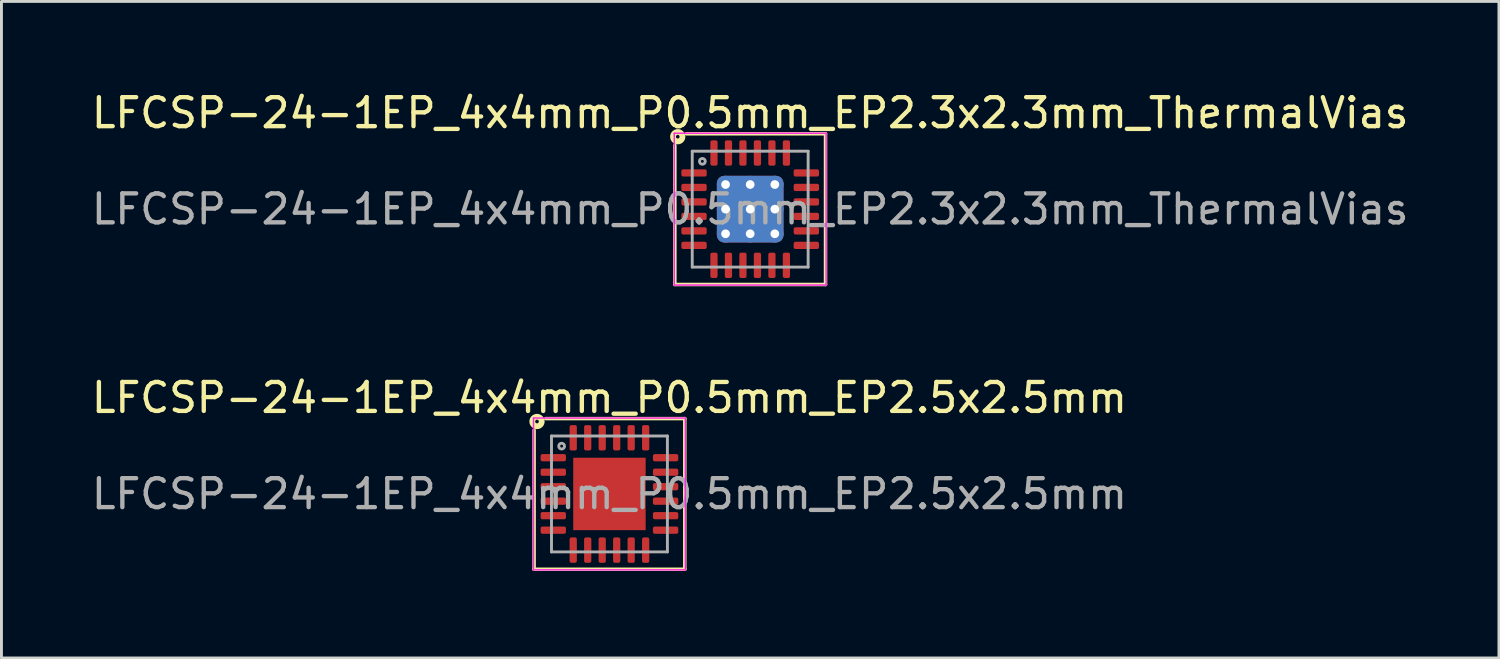
<source format=kicad_pcb>
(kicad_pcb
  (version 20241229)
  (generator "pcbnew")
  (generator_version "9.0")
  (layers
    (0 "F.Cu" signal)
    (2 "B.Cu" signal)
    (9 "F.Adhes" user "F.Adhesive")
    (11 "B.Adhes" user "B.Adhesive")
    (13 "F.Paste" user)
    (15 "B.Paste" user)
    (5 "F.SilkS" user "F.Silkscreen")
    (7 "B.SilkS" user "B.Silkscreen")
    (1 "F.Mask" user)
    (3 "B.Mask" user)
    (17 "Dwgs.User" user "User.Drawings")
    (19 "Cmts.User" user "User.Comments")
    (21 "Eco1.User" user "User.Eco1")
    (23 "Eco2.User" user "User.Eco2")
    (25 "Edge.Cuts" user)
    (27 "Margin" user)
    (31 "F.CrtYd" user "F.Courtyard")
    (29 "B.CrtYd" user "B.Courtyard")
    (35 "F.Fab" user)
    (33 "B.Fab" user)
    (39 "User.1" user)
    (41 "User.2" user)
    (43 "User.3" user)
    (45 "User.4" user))
  (footprint "LFCSP-24-1EP_4x4mm_P0.5mm_EP2.3x2.3mm_ThermalVias"
    (layer "F.Cu")
    (at 22.839 4.168)
    (property "Reference" "LFCSP-24-1EP_4x4mm_P0.5mm_EP2.3x2.3mm_ThermalVias" (at 0 -3.32 0) (layer "F.SilkS") (effects (font (size 1 1) (thickness 0.15))))
    (attr smd)
    (fp_line (start -2.6 2.6) (end -2.6 -2.2) (stroke (width 0.12) (type solid)) (layer "F.SilkS"))
    (fp_line (start 2.6 -2.6) (end -2.2 -2.6) (stroke (width 0.12) (type solid)) (layer "F.SilkS"))
    (fp_line (start 2.6 -2.6) (end 2.6 2.6) (stroke (width 0.12) (type solid)) (layer "F.SilkS"))
    (fp_line (start 2.6 2.6) (end -2.6 2.6) (stroke (width 0.12) (type solid)) (layer "F.SilkS"))
    (fp_circle (center -2.5 -2.5) (end -2.437 -2.5) (stroke (width 0.2) (type solid)) (fill no) (layer "F.SilkS"))
    (fp_line (start -2.62 -2.62) (end -2.62 2.62) (stroke (width 0.05) (type solid)) (layer "F.CrtYd"))
    (fp_line (start -2.62 2.62) (end 2.62 2.62) (stroke (width 0.05) (type solid)) (layer "F.CrtYd"))
    (fp_line (start 2.62 -2.62) (end -2.62 -2.62) (stroke (width 0.05) (type solid)) (layer "F.CrtYd"))
    (fp_line (start 2.62 2.62) (end 2.62 -2.62) (stroke (width 0.05) (type solid)) (layer "F.CrtYd"))
    (fp_line (start -2 -2) (end 2 -2) (stroke (width 0.1) (type solid)) (layer "F.Fab"))
    (fp_line (start -2 2) (end -2 -2) (stroke (width 0.1) (type solid)) (layer "F.Fab"))
    (fp_line (start 2 -2) (end 2 2) (stroke (width 0.1) (type solid)) (layer "F.Fab"))
    (fp_line (start 2 2) (end -2 2) (stroke (width 0.1) (type solid)) (layer "F.Fab"))
    (fp_circle (center -1.65 -1.65) (end -1.55 -1.65) (stroke (width 0.1) (type solid)) (fill no) (layer "F.Fab"))
    (fp_text user "${REFERENCE}" (at 0 0 0) (layer "F.Fab") (effects (font (size 1 1) (thickness 0.15))))
    (pad "" smd roundrect (at -0.575 -0.575) (size 0.96 0.96) (layers "F.Paste") (roundrect_rratio 0.25))
    (pad "" smd roundrect (at -0.575 0.575) (size 0.96 0.96) (layers "F.Paste") (roundrect_rratio 0.25))
    (pad "" smd roundrect (at 0.575 -0.575) (size 0.96 0.96) (layers "F.Paste") (roundrect_rratio 0.25))
    (pad "" smd roundrect (at 0.575 0.575) (size 0.96 0.96) (layers "F.Paste") (roundrect_rratio 0.25))
    (pad "1" smd roundrect (at -1.938 -1.25) (size 0.875 0.25) (layers "F.Cu" "F.Mask" "F.Paste") (roundrect_rratio 0.25))
    (pad "2" smd roundrect (at -1.938 -0.75) (size 0.875 0.25) (layers "F.Cu" "F.Mask" "F.Paste") (roundrect_rratio 0.25))
    (pad "3" smd roundrect (at -1.938 -0.25) (size 0.875 0.25) (layers "F.Cu" "F.Mask" "F.Paste") (roundrect_rratio 0.25))
    (pad "4" smd roundrect (at -1.938 0.25) (size 0.875 0.25) (layers "F.Cu" "F.Mask" "F.Paste") (roundrect_rratio 0.25))
    (pad "5" smd roundrect (at -1.938 0.75) (size 0.875 0.25) (layers "F.Cu" "F.Mask" "F.Paste") (roundrect_rratio 0.25))
    (pad "6" smd roundrect (at -1.938 1.25) (size 0.875 0.25) (layers "F.Cu" "F.Mask" "F.Paste") (roundrect_rratio 0.25))
    (pad "7" smd roundrect (at -1.25 1.938) (size 0.25 0.875) (layers "F.Cu" "F.Mask" "F.Paste") (roundrect_rratio 0.25))
    (pad "8" smd roundrect (at -0.75 1.938) (size 0.25 0.875) (layers "F.Cu" "F.Mask" "F.Paste") (roundrect_rratio 0.25))
    (pad "9" smd roundrect (at -0.25 1.938) (size 0.25 0.875) (layers "F.Cu" "F.Mask" "F.Paste") (roundrect_rratio 0.25))
    (pad "10" smd roundrect (at 0.25 1.938) (size 0.25 0.875) (layers "F.Cu" "F.Mask" "F.Paste") (roundrect_rratio 0.25))
    (pad "11" smd roundrect (at 0.75 1.938) (size 0.25 0.875) (layers "F.Cu" "F.Mask" "F.Paste") (roundrect_rratio 0.25))
    (pad "12" smd roundrect (at 1.25 1.938) (size 0.25 0.875) (layers "F.Cu" "F.Mask" "F.Paste") (roundrect_rratio 0.25))
    (pad "13" smd roundrect (at 1.938 1.25) (size 0.875 0.25) (layers "F.Cu" "F.Mask" "F.Paste") (roundrect_rratio 0.25))
    (pad "14" smd roundrect (at 1.938 0.75) (size 0.875 0.25) (layers "F.Cu" "F.Mask" "F.Paste") (roundrect_rratio 0.25))
    (pad "15" smd roundrect (at 1.938 0.25) (size 0.875 0.25) (layers "F.Cu" "F.Mask" "F.Paste") (roundrect_rratio 0.25))
    (pad "16" smd roundrect (at 1.938 -0.25) (size 0.875 0.25) (layers "F.Cu" "F.Mask" "F.Paste") (roundrect_rratio 0.25))
    (pad "17" smd roundrect (at 1.938 -0.75) (size 0.875 0.25) (layers "F.Cu" "F.Mask" "F.Paste") (roundrect_rratio 0.25))
    (pad "18" smd roundrect (at 1.938 -1.25) (size 0.875 0.25) (layers "F.Cu" "F.Mask" "F.Paste") (roundrect_rratio 0.25))
    (pad "19" smd roundrect (at 1.25 -1.938) (size 0.25 0.875) (layers "F.Cu" "F.Mask" "F.Paste") (roundrect_rratio 0.25))
    (pad "20" smd roundrect (at 0.75 -1.938) (size 0.25 0.875) (layers "F.Cu" "F.Mask" "F.Paste") (roundrect_rratio 0.25))
    (pad "21" smd roundrect (at 0.25 -1.938) (size 0.25 0.875) (layers "F.Cu" "F.Mask" "F.Paste") (roundrect_rratio 0.25))
    (pad "22" smd roundrect (at -0.25 -1.938) (size 0.25 0.875) (layers "F.Cu" "F.Mask" "F.Paste") (roundrect_rratio 0.25))
    (pad "23" smd roundrect (at -0.75 -1.938) (size 0.25 0.875) (layers "F.Cu" "F.Mask" "F.Paste") (roundrect_rratio 0.25))
    (pad "24" smd roundrect (at -1.25 -1.938) (size 0.25 0.875) (layers "F.Cu" "F.Mask" "F.Paste") (roundrect_rratio 0.25))
    (pad "25" thru_hole circle (at -0.85 -0.85) (size 0.6 0.6) (drill 0.3) (layers "*.Cu"))
    (pad "25" thru_hole circle (at -0.85 0) (size 0.6 0.6) (drill 0.3) (layers "*.Cu"))
    (pad "25" thru_hole circle (at -0.85 0.85) (size 0.6 0.6) (drill 0.3) (layers "*.Cu"))
    (pad "25" thru_hole circle (at 0 -0.85) (size 0.6 0.6) (drill 0.3) (layers "*.Cu"))
    (pad "25" thru_hole circle (at 0 0) (size 0.6 0.6) (drill 0.3) (layers "*.Cu"))
    (pad "25" smd roundrect (at 0 0) (size 2.3 2.3) (layers "F.Cu" "F.Mask") (roundrect_rratio 0.109))
    (pad "25" smd roundrect (at 0 0) (size 2.3 2.3) (layers "B.Cu" "B.Mask") (roundrect_rratio 0.109))
    (pad "25" thru_hole circle (at 0 0.85) (size 0.6 0.6) (drill 0.3) (layers "*.Cu"))
    (pad "25" thru_hole circle (at 0.85 -0.85) (size 0.6 0.6) (drill 0.3) (layers "*.Cu"))
    (pad "25" thru_hole circle (at 0.85 0) (size 0.6 0.6) (drill 0.3) (layers "*.Cu"))
    (pad "25" thru_hole circle (at 0.85 0.85) (size 0.6 0.6) (drill 0.3) (layers "*.Cu")))
  (footprint "LFCSP-24-1EP_4x4mm_P0.5mm_EP2.5x2.5mm"
    (layer "F.Cu")
    (at 17.982 13.996)
    (property "Reference" "LFCSP-24-1EP_4x4mm_P0.5mm_EP2.5x2.5mm" (at 0 -3.32 0) (layer "F.SilkS") (effects (font (size 1 1) (thickness 0.15))))
    (attr smd)
    (fp_line (start -2.6 2.6) (end -2.6 -2.2) (stroke (width 0.12) (type solid)) (layer "F.SilkS"))
    (fp_line (start 2.6 -2.6) (end -2.2 -2.6) (stroke (width 0.12) (type solid)) (layer "F.SilkS"))
    (fp_line (start 2.6 -2.6) (end 2.6 2.6) (stroke (width 0.12) (type solid)) (layer "F.SilkS"))
    (fp_line (start 2.6 2.6) (end -2.6 2.6) (stroke (width 0.12) (type solid)) (layer "F.SilkS"))
    (fp_circle (center -2.5 -2.5) (end -2.437 -2.5) (stroke (width 0.2) (type solid)) (fill no) (layer "F.SilkS"))
    (fp_line (start -2.62 -2.62) (end -2.62 2.62) (stroke (width 0.05) (type solid)) (layer "F.CrtYd"))
    (fp_line (start -2.62 2.62) (end 2.62 2.62) (stroke (width 0.05) (type solid)) (layer "F.CrtYd"))
    (fp_line (start 2.62 -2.62) (end -2.62 -2.62) (stroke (width 0.05) (type solid)) (layer "F.CrtYd"))
    (fp_line (start 2.62 2.62) (end 2.62 -2.62) (stroke (width 0.05) (type solid)) (layer "F.CrtYd"))
    (fp_line (start -2 -2) (end 2 -2) (stroke (width 0.1) (type solid)) (layer "F.Fab"))
    (fp_line (start -2 2) (end -2 -2) (stroke (width 0.1) (type solid)) (layer "F.Fab"))
    (fp_line (start 2 -2) (end 2 2) (stroke (width 0.1) (type solid)) (layer "F.Fab"))
    (fp_line (start 2 2) (end -2 2) (stroke (width 0.1) (type solid)) (layer "F.Fab"))
    (fp_circle (center -1.65 -1.65) (end -1.55 -1.65) (stroke (width 0.1) (type solid)) (fill no) (layer "F.Fab"))
    (fp_text user "${REFERENCE}" (at 0 0 0) (layer "F.Fab") (effects (font (size 1 1) (thickness 0.15))))
    (pad "" smd roundrect (at -0.625 -0.625) (size 1.01 1.01) (layers "F.Paste") (roundrect_rratio 0.248))
    (pad "" smd roundrect (at -0.625 0.625) (size 1.01 1.01) (layers "F.Paste") (roundrect_rratio 0.248))
    (pad "" smd roundrect (at 0.625 -0.625) (size 1.01 1.01) (layers "F.Paste") (roundrect_rratio 0.248))
    (pad "" smd roundrect (at 0.625 0.625) (size 1.01 1.01) (layers "F.Paste") (roundrect_rratio 0.248))
    (pad "1" smd roundrect (at -1.938 -1.25) (size 0.875 0.25) (layers "F.Cu" "F.Mask" "F.Paste") (roundrect_rratio 0.25))
    (pad "2" smd roundrect (at -1.938 -0.75) (size 0.875 0.25) (layers "F.Cu" "F.Mask" "F.Paste") (roundrect_rratio 0.25))
    (pad "3" smd roundrect (at -1.938 -0.25) (size 0.875 0.25) (layers "F.Cu" "F.Mask" "F.Paste") (roundrect_rratio 0.25))
    (pad "4" smd roundrect (at -1.938 0.25) (size 0.875 0.25) (layers "F.Cu" "F.Mask" "F.Paste") (roundrect_rratio 0.25))
    (pad "5" smd roundrect (at -1.938 0.75) (size 0.875 0.25) (layers "F.Cu" "F.Mask" "F.Paste") (roundrect_rratio 0.25))
    (pad "6" smd roundrect (at -1.938 1.25) (size 0.875 0.25) (layers "F.Cu" "F.Mask" "F.Paste") (roundrect_rratio 0.25))
    (pad "7" smd roundrect (at -1.25 1.938) (size 0.25 0.875) (layers "F.Cu" "F.Mask" "F.Paste") (roundrect_rratio 0.25))
    (pad "8" smd roundrect (at -0.75 1.938) (size 0.25 0.875) (layers "F.Cu" "F.Mask" "F.Paste") (roundrect_rratio 0.25))
    (pad "9" smd roundrect (at -0.25 1.938) (size 0.25 0.875) (layers "F.Cu" "F.Mask" "F.Paste") (roundrect_rratio 0.25))
    (pad "10" smd roundrect (at 0.25 1.938) (size 0.25 0.875) (layers "F.Cu" "F.Mask" "F.Paste") (roundrect_rratio 0.25))
    (pad "11" smd roundrect (at 0.75 1.938) (size 0.25 0.875) (layers "F.Cu" "F.Mask" "F.Paste") (roundrect_rratio 0.25))
    (pad "12" smd roundrect (at 1.25 1.938) (size 0.25 0.875) (layers "F.Cu" "F.Mask" "F.Paste") (roundrect_rratio 0.25))
    (pad "13" smd roundrect (at 1.938 1.25) (size 0.875 0.25) (layers "F.Cu" "F.Mask" "F.Paste") (roundrect_rratio 0.25))
    (pad "14" smd roundrect (at 1.938 0.75) (size 0.875 0.25) (layers "F.Cu" "F.Mask" "F.Paste") (roundrect_rratio 0.25))
    (pad "15" smd roundrect (at 1.938 0.25) (size 0.875 0.25) (layers "F.Cu" "F.Mask" "F.Paste") (roundrect_rratio 0.25))
    (pad "16" smd roundrect (at 1.938 -0.25) (size 0.875 0.25) (layers "F.Cu" "F.Mask" "F.Paste") (roundrect_rratio 0.25))
    (pad "17" smd roundrect (at 1.938 -0.75) (size 0.875 0.25) (layers "F.Cu" "F.Mask" "F.Paste") (roundrect_rratio 0.25))
    (pad "18" smd roundrect (at 1.938 -1.25) (size 0.875 0.25) (layers "F.Cu" "F.Mask" "F.Paste") (roundrect_rratio 0.25))
    (pad "19" smd roundrect (at 1.25 -1.938) (size 0.25 0.875) (layers "F.Cu" "F.Mask" "F.Paste") (roundrect_rratio 0.25))
    (pad "20" smd roundrect (at 0.75 -1.938) (size 0.25 0.875) (layers "F.Cu" "F.Mask" "F.Paste") (roundrect_rratio 0.25))
    (pad "21" smd roundrect (at 0.25 -1.938) (size 0.25 0.875) (layers "F.Cu" "F.Mask" "F.Paste") (roundrect_rratio 0.25))
    (pad "22" smd roundrect (at -0.25 -1.938) (size 0.25 0.875) (layers "F.Cu" "F.Mask" "F.Paste") (roundrect_rratio 0.25))
    (pad "23" smd roundrect (at -0.75 -1.938) (size 0.25 0.875) (layers "F.Cu" "F.Mask" "F.Paste") (roundrect_rratio 0.25))
    (pad "24" smd roundrect (at -1.25 -1.938) (size 0.25 0.875) (layers "F.Cu" "F.Mask" "F.Paste") (roundrect_rratio 0.25))
    (pad "25" smd rect (at 0 0) (size 2.5 2.5) (layers "F.Cu" "F.Mask")))
  (gr_rect
    (start -3 -3)
    (end 48.679 19.657)
    (stroke (width 0.1) (type default))
    (fill no)
    (layer "Edge.Cuts")))
</source>
